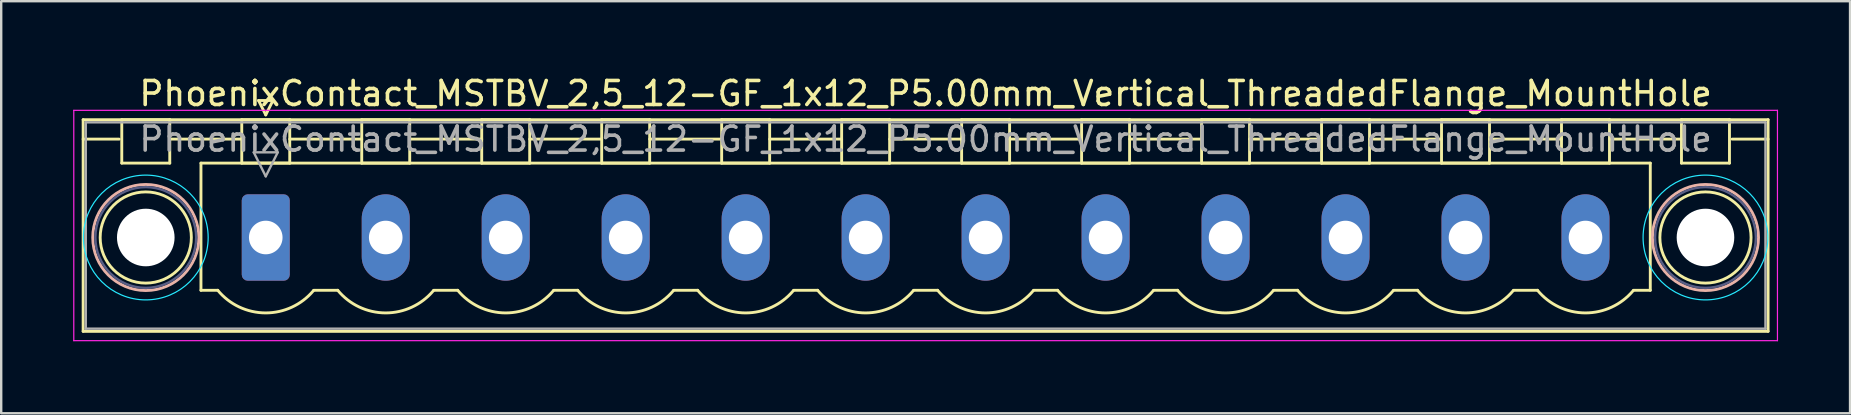
<source format=kicad_pcb>
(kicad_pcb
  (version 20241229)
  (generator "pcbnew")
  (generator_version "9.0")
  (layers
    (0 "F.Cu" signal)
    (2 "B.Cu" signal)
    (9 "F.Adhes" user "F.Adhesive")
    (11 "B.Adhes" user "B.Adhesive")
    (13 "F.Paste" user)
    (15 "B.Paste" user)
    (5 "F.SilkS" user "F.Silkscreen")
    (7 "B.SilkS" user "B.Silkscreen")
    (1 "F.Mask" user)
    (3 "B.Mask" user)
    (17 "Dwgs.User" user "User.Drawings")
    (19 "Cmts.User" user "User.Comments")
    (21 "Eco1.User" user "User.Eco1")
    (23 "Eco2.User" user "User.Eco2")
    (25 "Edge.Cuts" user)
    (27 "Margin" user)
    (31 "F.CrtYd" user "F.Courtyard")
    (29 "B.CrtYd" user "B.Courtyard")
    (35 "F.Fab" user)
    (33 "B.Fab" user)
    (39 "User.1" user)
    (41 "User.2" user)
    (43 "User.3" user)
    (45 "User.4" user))
  (footprint "PhoenixContact_MSTBV_2,5_12-GF_1x12_P5.00mm_Vertical_ThreadedFlange_MountHole"
    (layer "F.Cu")
    (at 8.025 6.848)
    (property "Reference" "PhoenixContact_MSTBV_2,5_12-GF_1x12_P5.00mm_Vertical_ThreadedFlange_MountHole" (at 27.5 -6 0) (layer "F.SilkS") (effects (font (size 1 1) (thickness 0.15))))
    (attr through_hole)
    (fp_line (start -7.61 -4.91) (end -7.61 3.91) (stroke (width 0.12) (type solid)) (layer "F.SilkS"))
    (fp_line (start -7.61 -4.1) (end -6.11 -4.1) (stroke (width 0.12) (type solid)) (layer "F.SilkS"))
    (fp_line (start -7.61 3.91) (end 62.61 3.91) (stroke (width 0.12) (type solid)) (layer "F.SilkS"))
    (fp_line (start -6 -4.91) (end -4 -4.91) (stroke (width 0.12) (type solid)) (layer "F.SilkS"))
    (fp_line (start -6 -3.1) (end -6 -4.91) (stroke (width 0.12) (type solid)) (layer "F.SilkS"))
    (fp_line (start -4 -4.91) (end -4 -3.1) (stroke (width 0.12) (type solid)) (layer "F.SilkS"))
    (fp_line (start -4 -4.1) (end -1 -4.1) (stroke (width 0.12) (type solid)) (layer "F.SilkS"))
    (fp_line (start -4 -3.1) (end -6 -3.1) (stroke (width 0.12) (type solid)) (layer "F.SilkS"))
    (fp_line (start -2.7 -3.1) (end 57.7 -3.1) (stroke (width 0.12) (type solid)) (layer "F.SilkS"))
    (fp_line (start -2.7 2.2) (end -2.7 -3.1) (stroke (width 0.12) (type solid)) (layer "F.SilkS"))
    (fp_line (start -2 2.2) (end -2.7 2.2) (stroke (width 0.12) (type solid)) (layer "F.SilkS"))
    (fp_line (start -1 -4.91) (end 1 -4.91) (stroke (width 0.12) (type solid)) (layer "F.SilkS"))
    (fp_line (start -1 -3.1) (end -1 -4.91) (stroke (width 0.12) (type solid)) (layer "F.SilkS"))
    (fp_line (start -0.3 -5.71) (end 0.3 -5.71) (stroke (width 0.12) (type solid)) (layer "F.SilkS"))
    (fp_line (start 0 -5.11) (end -0.3 -5.71) (stroke (width 0.12) (type solid)) (layer "F.SilkS"))
    (fp_line (start 0.3 -5.71) (end 0 -5.11) (stroke (width 0.12) (type solid)) (layer "F.SilkS"))
    (fp_line (start 1 -4.91) (end 1 -3.1) (stroke (width 0.12) (type solid)) (layer "F.SilkS"))
    (fp_line (start 1 -4.1) (end 4 -4.1) (stroke (width 0.12) (type solid)) (layer "F.SilkS"))
    (fp_line (start 1 -3.1) (end -1 -3.1) (stroke (width 0.12) (type solid)) (layer "F.SilkS"))
    (fp_line (start 2 2.2) (end 3 2.2) (stroke (width 0.12) (type solid)) (layer "F.SilkS"))
    (fp_line (start 4 -4.91) (end 6 -4.91) (stroke (width 0.12) (type solid)) (layer "F.SilkS"))
    (fp_line (start 4 -3.1) (end 4 -4.91) (stroke (width 0.12) (type solid)) (layer "F.SilkS"))
    (fp_line (start 6 -4.91) (end 6 -3.1) (stroke (width 0.12) (type solid)) (layer "F.SilkS"))
    (fp_line (start 6 -4.1) (end 9 -4.1) (stroke (width 0.12) (type solid)) (layer "F.SilkS"))
    (fp_line (start 6 -3.1) (end 4 -3.1) (stroke (width 0.12) (type solid)) (layer "F.SilkS"))
    (fp_line (start 7 2.2) (end 8 2.2) (stroke (width 0.12) (type solid)) (layer "F.SilkS"))
    (fp_line (start 9 -4.91) (end 11 -4.91) (stroke (width 0.12) (type solid)) (layer "F.SilkS"))
    (fp_line (start 9 -3.1) (end 9 -4.91) (stroke (width 0.12) (type solid)) (layer "F.SilkS"))
    (fp_line (start 11 -4.91) (end 11 -3.1) (stroke (width 0.12) (type solid)) (layer "F.SilkS"))
    (fp_line (start 11 -4.1) (end 14 -4.1) (stroke (width 0.12) (type solid)) (layer "F.SilkS"))
    (fp_line (start 11 -3.1) (end 9 -3.1) (stroke (width 0.12) (type solid)) (layer "F.SilkS"))
    (fp_line (start 12 2.2) (end 13 2.2) (stroke (width 0.12) (type solid)) (layer "F.SilkS"))
    (fp_line (start 14 -4.91) (end 16 -4.91) (stroke (width 0.12) (type solid)) (layer "F.SilkS"))
    (fp_line (start 14 -3.1) (end 14 -4.91) (stroke (width 0.12) (type solid)) (layer "F.SilkS"))
    (fp_line (start 16 -4.91) (end 16 -3.1) (stroke (width 0.12) (type solid)) (layer "F.SilkS"))
    (fp_line (start 16 -4.1) (end 19 -4.1) (stroke (width 0.12) (type solid)) (layer "F.SilkS"))
    (fp_line (start 16 -3.1) (end 14 -3.1) (stroke (width 0.12) (type solid)) (layer "F.SilkS"))
    (fp_line (start 17 2.2) (end 18 2.2) (stroke (width 0.12) (type solid)) (layer "F.SilkS"))
    (fp_line (start 19 -4.91) (end 21 -4.91) (stroke (width 0.12) (type solid)) (layer "F.SilkS"))
    (fp_line (start 19 -3.1) (end 19 -4.91) (stroke (width 0.12) (type solid)) (layer "F.SilkS"))
    (fp_line (start 21 -4.91) (end 21 -3.1) (stroke (width 0.12) (type solid)) (layer "F.SilkS"))
    (fp_line (start 21 -4.1) (end 24 -4.1) (stroke (width 0.12) (type solid)) (layer "F.SilkS"))
    (fp_line (start 21 -3.1) (end 19 -3.1) (stroke (width 0.12) (type solid)) (layer "F.SilkS"))
    (fp_line (start 22 2.2) (end 23 2.2) (stroke (width 0.12) (type solid)) (layer "F.SilkS"))
    (fp_line (start 24 -4.91) (end 26 -4.91) (stroke (width 0.12) (type solid)) (layer "F.SilkS"))
    (fp_line (start 24 -3.1) (end 24 -4.91) (stroke (width 0.12) (type solid)) (layer "F.SilkS"))
    (fp_line (start 26 -4.91) (end 26 -3.1) (stroke (width 0.12) (type solid)) (layer "F.SilkS"))
    (fp_line (start 26 -4.1) (end 29 -4.1) (stroke (width 0.12) (type solid)) (layer "F.SilkS"))
    (fp_line (start 26 -3.1) (end 24 -3.1) (stroke (width 0.12) (type solid)) (layer "F.SilkS"))
    (fp_line (start 27 2.2) (end 28 2.2) (stroke (width 0.12) (type solid)) (layer "F.SilkS"))
    (fp_line (start 29 -4.91) (end 31 -4.91) (stroke (width 0.12) (type solid)) (layer "F.SilkS"))
    (fp_line (start 29 -3.1) (end 29 -4.91) (stroke (width 0.12) (type solid)) (layer "F.SilkS"))
    (fp_line (start 31 -4.91) (end 31 -3.1) (stroke (width 0.12) (type solid)) (layer "F.SilkS"))
    (fp_line (start 31 -4.1) (end 34 -4.1) (stroke (width 0.12) (type solid)) (layer "F.SilkS"))
    (fp_line (start 31 -3.1) (end 29 -3.1) (stroke (width 0.12) (type solid)) (layer "F.SilkS"))
    (fp_line (start 32 2.2) (end 33 2.2) (stroke (width 0.12) (type solid)) (layer "F.SilkS"))
    (fp_line (start 34 -4.91) (end 36 -4.91) (stroke (width 0.12) (type solid)) (layer "F.SilkS"))
    (fp_line (start 34 -3.1) (end 34 -4.91) (stroke (width 0.12) (type solid)) (layer "F.SilkS"))
    (fp_line (start 36 -4.91) (end 36 -3.1) (stroke (width 0.12) (type solid)) (layer "F.SilkS"))
    (fp_line (start 36 -4.1) (end 39 -4.1) (stroke (width 0.12) (type solid)) (layer "F.SilkS"))
    (fp_line (start 36 -3.1) (end 34 -3.1) (stroke (width 0.12) (type solid)) (layer "F.SilkS"))
    (fp_line (start 37 2.2) (end 38 2.2) (stroke (width 0.12) (type solid)) (layer "F.SilkS"))
    (fp_line (start 39 -4.91) (end 41 -4.91) (stroke (width 0.12) (type solid)) (layer "F.SilkS"))
    (fp_line (start 39 -3.1) (end 39 -4.91) (stroke (width 0.12) (type solid)) (layer "F.SilkS"))
    (fp_line (start 41 -4.91) (end 41 -3.1) (stroke (width 0.12) (type solid)) (layer "F.SilkS"))
    (fp_line (start 41 -4.1) (end 44 -4.1) (stroke (width 0.12) (type solid)) (layer "F.SilkS"))
    (fp_line (start 41 -3.1) (end 39 -3.1) (stroke (width 0.12) (type solid)) (layer "F.SilkS"))
    (fp_line (start 42 2.2) (end 43 2.2) (stroke (width 0.12) (type solid)) (layer "F.SilkS"))
    (fp_line (start 44 -4.91) (end 46 -4.91) (stroke (width 0.12) (type solid)) (layer "F.SilkS"))
    (fp_line (start 44 -3.1) (end 44 -4.91) (stroke (width 0.12) (type solid)) (layer "F.SilkS"))
    (fp_line (start 46 -4.91) (end 46 -3.1) (stroke (width 0.12) (type solid)) (layer "F.SilkS"))
    (fp_line (start 46 -4.1) (end 49 -4.1) (stroke (width 0.12) (type solid)) (layer "F.SilkS"))
    (fp_line (start 46 -3.1) (end 44 -3.1) (stroke (width 0.12) (type solid)) (layer "F.SilkS"))
    (fp_line (start 47 2.2) (end 48 2.2) (stroke (width 0.12) (type solid)) (layer "F.SilkS"))
    (fp_line (start 49 -4.91) (end 51 -4.91) (stroke (width 0.12) (type solid)) (layer "F.SilkS"))
    (fp_line (start 49 -3.1) (end 49 -4.91) (stroke (width 0.12) (type solid)) (layer "F.SilkS"))
    (fp_line (start 51 -4.91) (end 51 -3.1) (stroke (width 0.12) (type solid)) (layer "F.SilkS"))
    (fp_line (start 51 -4.1) (end 54 -4.1) (stroke (width 0.12) (type solid)) (layer "F.SilkS"))
    (fp_line (start 51 -3.1) (end 49 -3.1) (stroke (width 0.12) (type solid)) (layer "F.SilkS"))
    (fp_line (start 52 2.2) (end 53 2.2) (stroke (width 0.12) (type solid)) (layer "F.SilkS"))
    (fp_line (start 54 -4.91) (end 56 -4.91) (stroke (width 0.12) (type solid)) (layer "F.SilkS"))
    (fp_line (start 54 -3.1) (end 54 -4.91) (stroke (width 0.12) (type solid)) (layer "F.SilkS"))
    (fp_line (start 56 -4.91) (end 56 -3.1) (stroke (width 0.12) (type solid)) (layer "F.SilkS"))
    (fp_line (start 56 -4.1) (end 59 -4.1) (stroke (width 0.12) (type solid)) (layer "F.SilkS"))
    (fp_line (start 56 -3.1) (end 54 -3.1) (stroke (width 0.12) (type solid)) (layer "F.SilkS"))
    (fp_line (start 57.7 -3.1) (end 57.7 2.2) (stroke (width 0.12) (type solid)) (layer "F.SilkS"))
    (fp_line (start 57.7 2.2) (end 57 2.2) (stroke (width 0.12) (type solid)) (layer "F.SilkS"))
    (fp_line (start 59 -4.91) (end 61 -4.91) (stroke (width 0.12) (type solid)) (layer "F.SilkS"))
    (fp_line (start 59 -3.1) (end 59 -4.91) (stroke (width 0.12) (type solid)) (layer "F.SilkS"))
    (fp_line (start 61 -4.91) (end 61 -3.1) (stroke (width 0.12) (type solid)) (layer "F.SilkS"))
    (fp_line (start 61 -3.1) (end 59 -3.1) (stroke (width 0.12) (type solid)) (layer "F.SilkS"))
    (fp_line (start 62.61 -4.91) (end -7.61 -4.91) (stroke (width 0.12) (type solid)) (layer "F.SilkS"))
    (fp_line (start 62.61 -4.1) (end 61.11 -4.1) (stroke (width 0.12) (type solid)) (layer "F.SilkS"))
    (fp_line (start 62.61 3.91) (end 62.61 -4.91) (stroke (width 0.12) (type solid)) (layer "F.SilkS"))
    (fp_arc (start 1.986842 2.215821) (mid -0.010289 3.142758) (end -2 2.2) (stroke (width 0.12) (type solid)) (layer "F.SilkS"))
    (fp_arc (start 6.986842 2.215821) (mid 4.989711 3.142758) (end 3 2.2) (stroke (width 0.12) (type solid)) (layer "F.SilkS"))
    (fp_arc (start 11.986842 2.215821) (mid 9.989711 3.142758) (end 8 2.2) (stroke (width 0.12) (type solid)) (layer "F.SilkS"))
    (fp_arc (start 16.986842 2.215821) (mid 14.989711 3.142758) (end 13 2.2) (stroke (width 0.12) (type solid)) (layer "F.SilkS"))
    (fp_arc (start 21.986842 2.215821) (mid 19.989711 3.142758) (end 18 2.2) (stroke (width 0.12) (type solid)) (layer "F.SilkS"))
    (fp_arc (start 26.986842 2.215821) (mid 24.989711 3.142758) (end 23 2.2) (stroke (width 0.12) (type solid)) (layer "F.SilkS"))
    (fp_arc (start 31.986842 2.215821) (mid 29.989711 3.142758) (end 28 2.2) (stroke (width 0.12) (type solid)) (layer "F.SilkS"))
    (fp_arc (start 36.986842 2.215821) (mid 34.989711 3.142758) (end 33 2.2) (stroke (width 0.12) (type solid)) (layer "F.SilkS"))
    (fp_arc (start 41.986842 2.215821) (mid 39.989711 3.142758) (end 38 2.2) (stroke (width 0.12) (type solid)) (layer "F.SilkS"))
    (fp_arc (start 46.986842 2.215821) (mid 44.989711 3.142758) (end 43 2.2) (stroke (width 0.12) (type solid)) (layer "F.SilkS"))
    (fp_arc (start 51.986842 2.215821) (mid 49.989711 3.142758) (end 48 2.2) (stroke (width 0.12) (type solid)) (layer "F.SilkS"))
    (fp_arc (start 56.986842 2.215821) (mid 54.989711 3.142758) (end 53 2.2) (stroke (width 0.12) (type solid)) (layer "F.SilkS"))
    (fp_circle (center -5 0) (end -3.1 0) (stroke (width 0.12) (type solid)) (fill no) (layer "F.SilkS"))
    (fp_circle (center 60 0) (end 61.9 0) (stroke (width 0.12) (type solid)) (fill no) (layer "F.SilkS"))
    (fp_circle (center -5 0) (end -2.79 0) (stroke (width 0.12) (type solid)) (fill no) (layer "B.SilkS"))
    (fp_circle (center 60 0) (end 62.21 0) (stroke (width 0.12) (type solid)) (fill no) (layer "B.SilkS"))
    (fp_circle (center -5 0) (end -2.4 0) (stroke (width 0.05) (type solid)) (fill no) (layer "B.CrtYd"))
    (fp_circle (center 60 0) (end 62.6 0) (stroke (width 0.05) (type solid)) (fill no) (layer "B.CrtYd"))
    (fp_line (start -8 -5.3) (end -8 4.3) (stroke (width 0.05) (type solid)) (layer "F.CrtYd"))
    (fp_line (start -8 4.3) (end 63 4.3) (stroke (width 0.05) (type solid)) (layer "F.CrtYd"))
    (fp_line (start 63 -5.3) (end -8 -5.3) (stroke (width 0.05) (type solid)) (layer "F.CrtYd"))
    (fp_line (start 63 4.3) (end 63 -5.3) (stroke (width 0.05) (type solid)) (layer "F.CrtYd"))
    (fp_circle (center -5 0) (end -2.9 0) (stroke (width 0.1) (type solid)) (fill no) (layer "B.Fab"))
    (fp_circle (center 60 0) (end 62.1 0) (stroke (width 0.1) (type solid)) (fill no) (layer "B.Fab"))
    (fp_line (start -7.5 -4.8) (end -7.5 3.8) (stroke (width 0.1) (type solid)) (layer "F.Fab"))
    (fp_line (start -7.5 3.8) (end 62.5 3.8) (stroke (width 0.1) (type solid)) (layer "F.Fab"))
    (fp_line (start -0.5 -3.55) (end 0.5 -3.55) (stroke (width 0.1) (type solid)) (layer "F.Fab"))
    (fp_line (start 0 -2.55) (end -0.5 -3.55) (stroke (width 0.1) (type solid)) (layer "F.Fab"))
    (fp_line (start 0.5 -3.55) (end 0 -2.55) (stroke (width 0.1) (type solid)) (layer "F.Fab"))
    (fp_line (start 62.5 -4.8) (end -7.5 -4.8) (stroke (width 0.1) (type solid)) (layer "F.Fab"))
    (fp_line (start 62.5 3.8) (end 62.5 -4.8) (stroke (width 0.1) (type solid)) (layer "F.Fab"))
    (fp_text user "${REFERENCE}" (at 27.5 -4.1 0) (layer "F.Fab") (effects (font (size 1 1) (thickness 0.15))))
    (pad "" np_thru_hole circle (at -5 0) (size 2.4 2.4) (drill 2.4) (layers "*.Cu" "*.Mask"))
    (pad "" np_thru_hole circle (at 60 0) (size 2.4 2.4) (drill 2.4) (layers "*.Cu" "*.Mask"))
    (pad "1" thru_hole roundrect (at 0 0) (size 2 3.6) (drill 1.4) (layers "*.Cu" "*.Mask") (roundrect_rratio 0.125))
    (pad "2" thru_hole oval (at 5 0) (size 2 3.6) (drill 1.4) (layers "*.Cu" "*.Mask"))
    (pad "3" thru_hole oval (at 10 0) (size 2 3.6) (drill 1.4) (layers "*.Cu" "*.Mask"))
    (pad "4" thru_hole oval (at 15 0) (size 2 3.6) (drill 1.4) (layers "*.Cu" "*.Mask"))
    (pad "5" thru_hole oval (at 20 0) (size 2 3.6) (drill 1.4) (layers "*.Cu" "*.Mask"))
    (pad "6" thru_hole oval (at 25 0) (size 2 3.6) (drill 1.4) (layers "*.Cu" "*.Mask"))
    (pad "7" thru_hole oval (at 30 0) (size 2 3.6) (drill 1.4) (layers "*.Cu" "*.Mask"))
    (pad "8" thru_hole oval (at 35 0) (size 2 3.6) (drill 1.4) (layers "*.Cu" "*.Mask"))
    (pad "9" thru_hole oval (at 40 0) (size 2 3.6) (drill 1.4) (layers "*.Cu" "*.Mask"))
    (pad "10" thru_hole oval (at 45 0) (size 2 3.6) (drill 1.4) (layers "*.Cu" "*.Mask"))
    (pad "11" thru_hole oval (at 50 0) (size 2 3.6) (drill 1.4) (layers "*.Cu" "*.Mask"))
    (pad "12" thru_hole oval (at 55 0) (size 2 3.6) (drill 1.4) (layers "*.Cu" "*.Mask")))
  (gr_rect
    (start -3 -3)
    (end 74.05 14.173)
    (stroke (width 0.1) (type default))
    (fill no)
    (layer "Edge.Cuts")))
</source>
